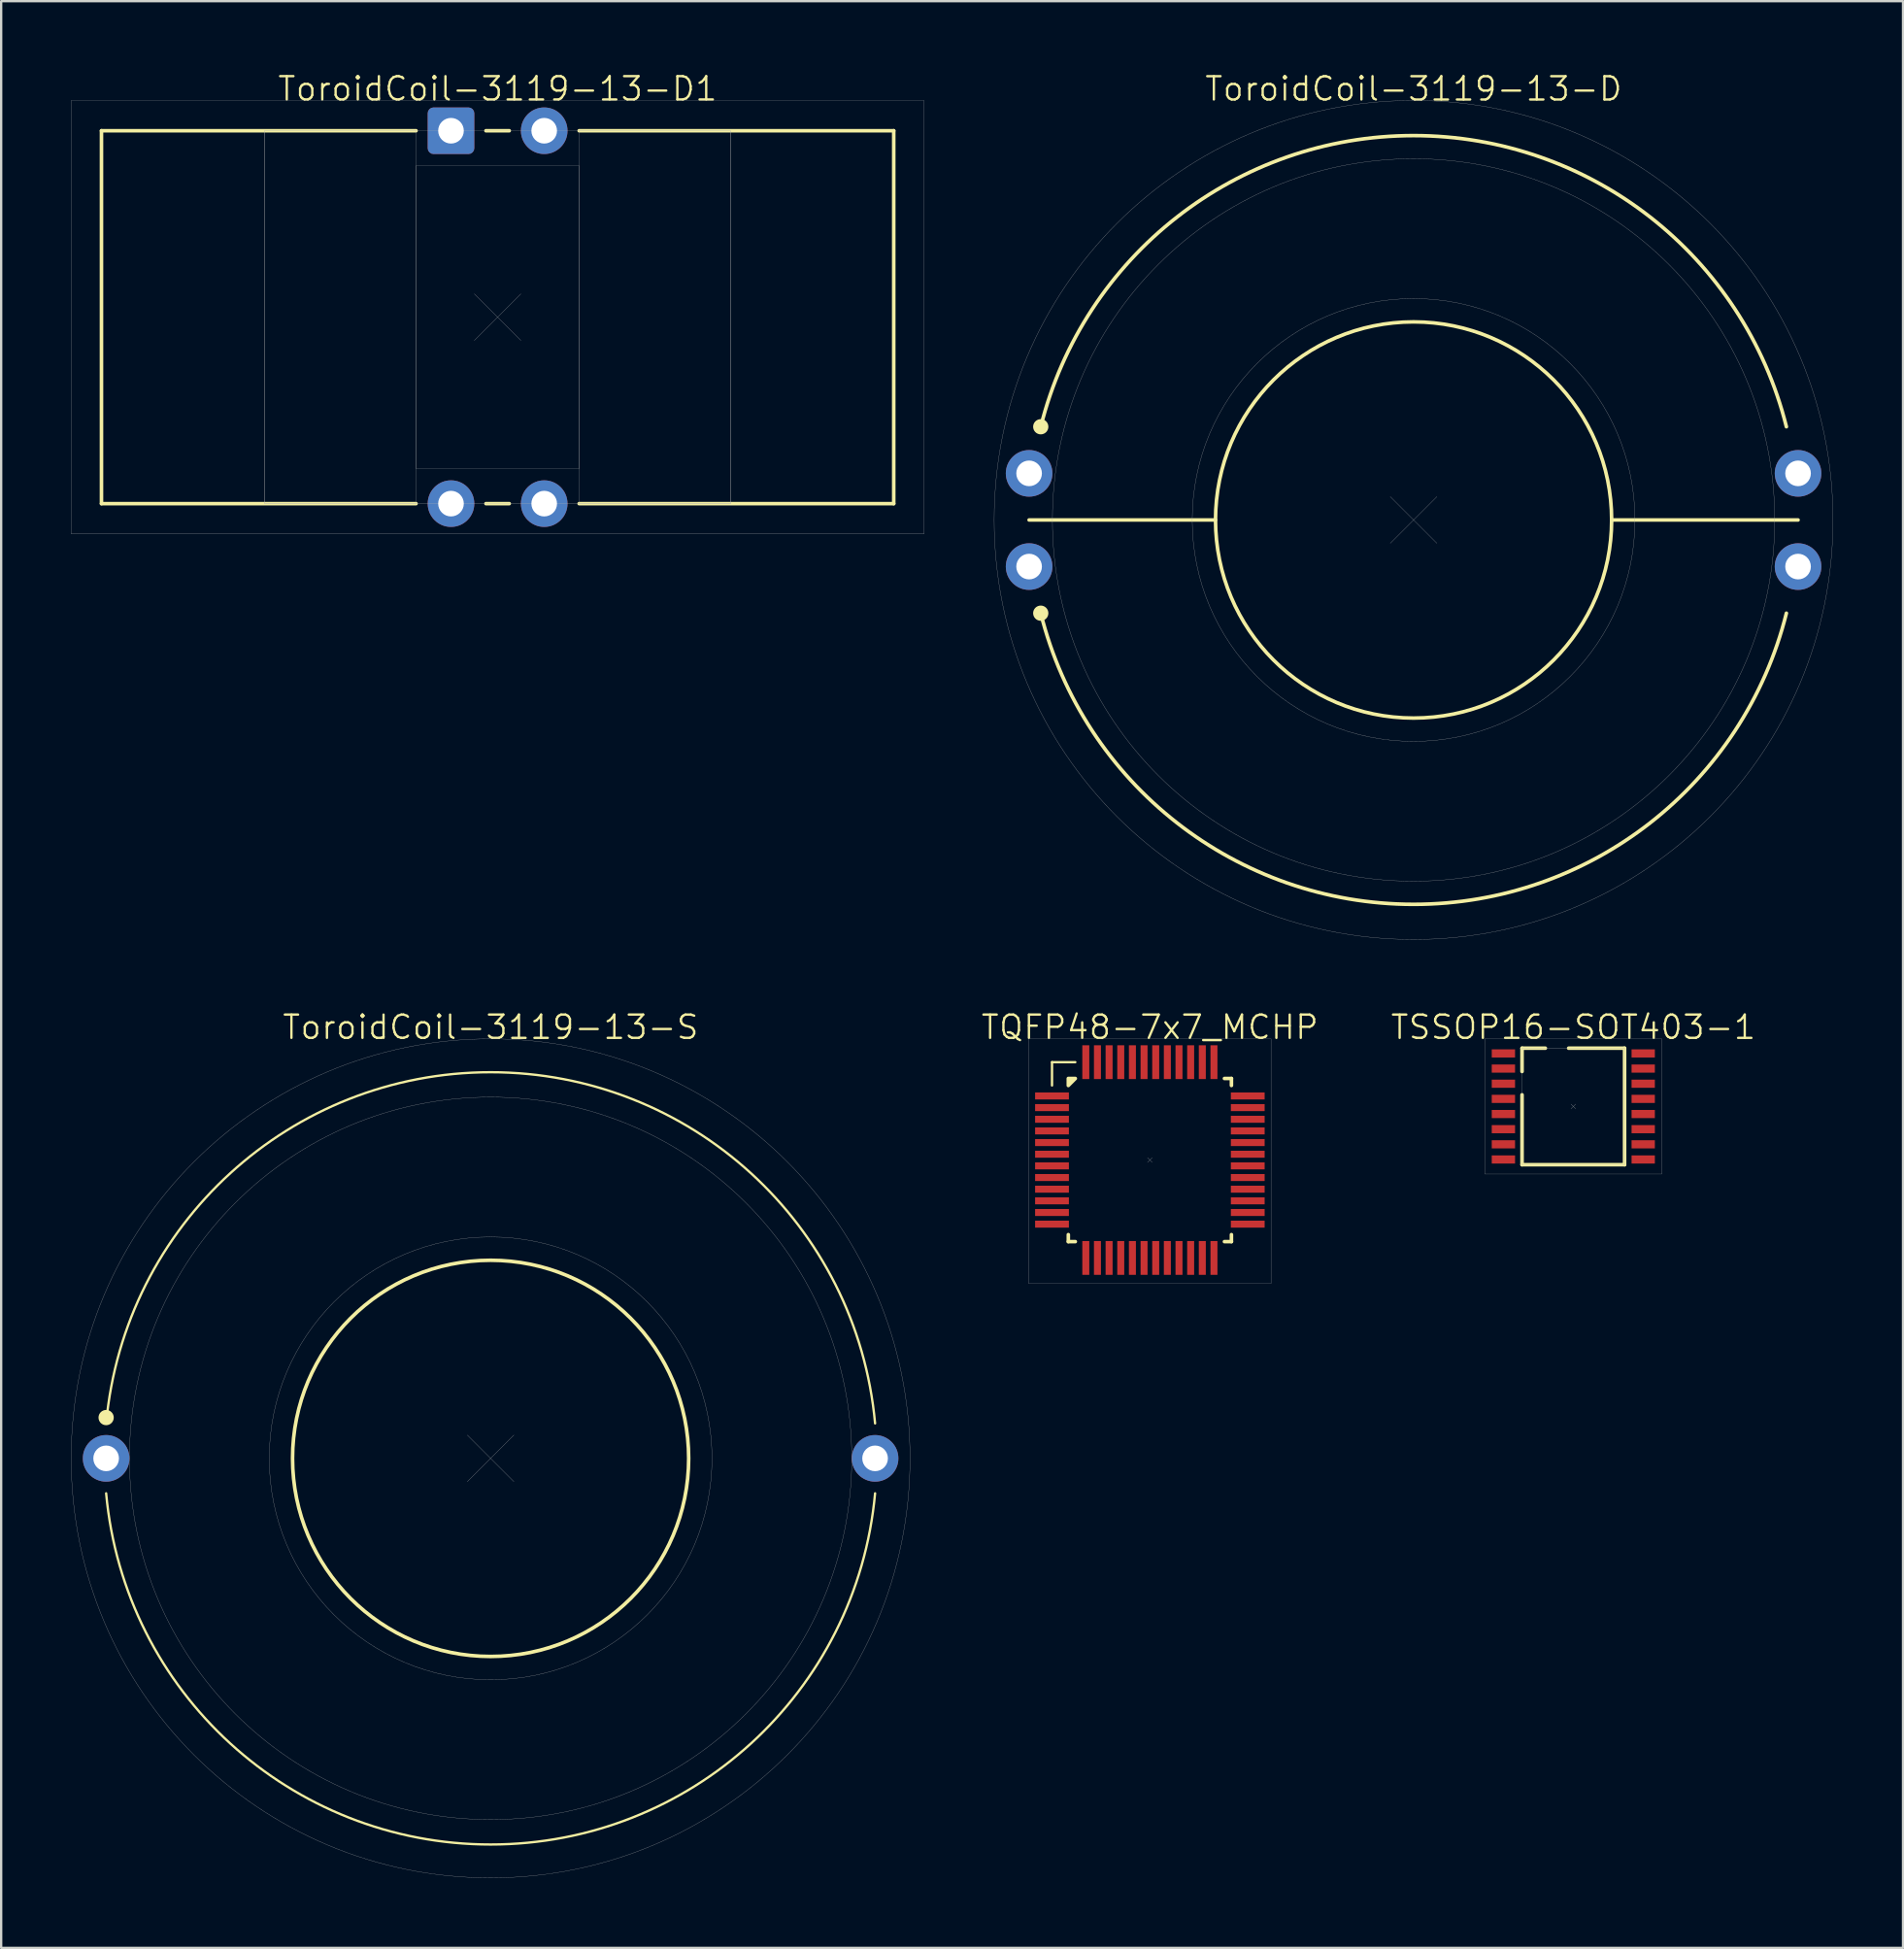
<source format=kicad_pcb>
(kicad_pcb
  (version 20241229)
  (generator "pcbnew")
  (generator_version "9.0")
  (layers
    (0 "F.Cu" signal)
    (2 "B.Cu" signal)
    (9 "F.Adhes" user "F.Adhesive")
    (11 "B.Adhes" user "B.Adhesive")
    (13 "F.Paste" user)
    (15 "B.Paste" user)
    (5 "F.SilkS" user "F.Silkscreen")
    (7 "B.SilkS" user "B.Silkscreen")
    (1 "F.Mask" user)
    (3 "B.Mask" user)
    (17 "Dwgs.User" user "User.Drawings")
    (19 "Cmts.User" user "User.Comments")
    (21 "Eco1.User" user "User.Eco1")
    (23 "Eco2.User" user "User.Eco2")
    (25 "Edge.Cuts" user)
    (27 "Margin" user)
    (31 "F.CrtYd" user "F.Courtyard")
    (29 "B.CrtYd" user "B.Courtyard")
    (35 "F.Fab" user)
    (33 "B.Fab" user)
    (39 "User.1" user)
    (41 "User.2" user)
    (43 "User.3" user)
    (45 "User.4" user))
  (footprint "TQFP48-7x7_MCHP"
    (layer "F.Cu")
    (at 46.298 46.726)
    (property "Reference" "TQFP48-7x7_MCHP" (at 0 -5.7 0) (unlocked yes) (layer "F.SilkS") (effects (font (size 1 1) (thickness 0.1))))
    (attr smd)
    (fp_line (start -4.2 -4.2) (end -3.2 -4.2) (stroke (width 0.1) (type default)) (layer "F.SilkS"))
    (fp_line (start -4.2 -3.2) (end -4.2 -4.2) (stroke (width 0.1) (type default)) (layer "F.SilkS"))
    (fp_line (start -3.5 3.2) (end -3.5 3.5) (stroke (width 0.154) (type default)) (layer "F.SilkS"))
    (fp_line (start -3.5 3.5) (end -3.2 3.5) (stroke (width 0.154) (type default)) (layer "F.SilkS"))
    (fp_line (start 3.2 -3.5) (end 3.5 -3.5) (stroke (width 0.154) (type default)) (layer "F.SilkS"))
    (fp_line (start 3.2 3.5) (end 3.5 3.5) (stroke (width 0.154) (type default)) (layer "F.SilkS"))
    (fp_line (start 3.5 -3.5) (end 3.5 -3.2) (stroke (width 0.154) (type default)) (layer "F.SilkS"))
    (fp_line (start 3.5 3.5) (end 3.5 3.2) (stroke (width 0.154) (type default)) (layer "F.SilkS"))
    (fp_poly (pts (xy -3.5 -3.5) (xy -3.5 -3.2) (xy -3.2 -3.5)) (stroke (width 0.154) (type solid)) (fill yes) (layer "F.SilkS"))
    (fp_line (start 0.1 -0.1) (end -0.1 0.1) (stroke (width 0.01) (type default)) (layer "F.Fab"))
    (fp_line (start 0.1 0.1) (end -0.1 -0.1) (stroke (width 0.01) (type default)) (layer "F.Fab"))
    (fp_rect (start -5.2 -5.2) (end 5.2 5.3) (stroke (width 0.01) (type default)) (fill no) (layer "F.Fab"))
    (pad "1" smd rect (at -4.2 -2.75 90) (size 0.3 1.45) (layers "F.Cu" "F.Mask" "F.Paste"))
    (pad "2" smd rect (at -4.2 -2.25 90) (size 0.3 1.45) (layers "F.Cu" "F.Mask" "F.Paste"))
    (pad "3" smd rect (at -4.2 -1.75 90) (size 0.3 1.45) (layers "F.Cu" "F.Mask" "F.Paste"))
    (pad "4" smd rect (at -4.2 -1.25 90) (size 0.3 1.45) (layers "F.Cu" "F.Mask" "F.Paste"))
    (pad "5" smd rect (at -4.2 -0.75 90) (size 0.3 1.45) (layers "F.Cu" "F.Mask" "F.Paste"))
    (pad "6" smd rect (at -4.2 -0.25 90) (size 0.3 1.45) (layers "F.Cu" "F.Mask" "F.Paste"))
    (pad "7" smd rect (at -4.2 0.25 90) (size 0.3 1.45) (layers "F.Cu" "F.Mask" "F.Paste"))
    (pad "8" smd rect (at -4.2 0.75 90) (size 0.3 1.45) (layers "F.Cu" "F.Mask" "F.Paste"))
    (pad "9" smd rect (at -4.2 1.25 90) (size 0.3 1.45) (layers "F.Cu" "F.Mask" "F.Paste"))
    (pad "10" smd rect (at -4.2 1.75 90) (size 0.3 1.45) (layers "F.Cu" "F.Mask" "F.Paste"))
    (pad "11" smd rect (at -4.2 2.25 90) (size 0.3 1.45) (layers "F.Cu" "F.Mask" "F.Paste"))
    (pad "12" smd rect (at -4.2 2.75 90) (size 0.3 1.45) (layers "F.Cu" "F.Mask" "F.Paste"))
    (pad "13" smd rect (at -2.75 4.2) (size 0.3 1.45) (layers "F.Cu" "F.Mask" "F.Paste"))
    (pad "14" smd rect (at -2.25 4.2) (size 0.3 1.45) (layers "F.Cu" "F.Mask" "F.Paste"))
    (pad "15" smd rect (at -1.75 4.2) (size 0.3 1.45) (layers "F.Cu" "F.Mask" "F.Paste"))
    (pad "16" smd rect (at -1.25 4.2) (size 0.3 1.45) (layers "F.Cu" "F.Mask" "F.Paste"))
    (pad "17" smd rect (at -0.75 4.2) (size 0.3 1.45) (layers "F.Cu" "F.Mask" "F.Paste"))
    (pad "18" smd rect (at -0.25 4.2) (size 0.3 1.45) (layers "F.Cu" "F.Mask" "F.Paste"))
    (pad "19" smd rect (at 0.25 4.2) (size 0.3 1.45) (layers "F.Cu" "F.Mask" "F.Paste"))
    (pad "20" smd rect (at 0.75 4.2) (size 0.3 1.45) (layers "F.Cu" "F.Mask" "F.Paste"))
    (pad "21" smd rect (at 1.25 4.2) (size 0.3 1.45) (layers "F.Cu" "F.Mask" "F.Paste"))
    (pad "22" smd rect (at 1.75 4.2) (size 0.3 1.45) (layers "F.Cu" "F.Mask" "F.Paste"))
    (pad "23" smd rect (at 2.25 4.2) (size 0.3 1.45) (layers "F.Cu" "F.Mask" "F.Paste"))
    (pad "24" smd rect (at 2.75 4.2) (size 0.3 1.45) (layers "F.Cu" "F.Mask" "F.Paste"))
    (pad "25" smd rect (at 4.2 2.75 90) (size 0.3 1.45) (layers "F.Cu" "F.Mask" "F.Paste"))
    (pad "26" smd rect (at 4.2 2.25 90) (size 0.3 1.45) (layers "F.Cu" "F.Mask" "F.Paste"))
    (pad "27" smd rect (at 4.2 1.75 90) (size 0.3 1.45) (layers "F.Cu" "F.Mask" "F.Paste"))
    (pad "28" smd rect (at 4.2 1.25 90) (size 0.3 1.45) (layers "F.Cu" "F.Mask" "F.Paste"))
    (pad "29" smd rect (at 4.2 0.75 90) (size 0.3 1.45) (layers "F.Cu" "F.Mask" "F.Paste"))
    (pad "30" smd rect (at 4.2 0.25 90) (size 0.3 1.45) (layers "F.Cu" "F.Mask" "F.Paste"))
    (pad "31" smd rect (at 4.2 -0.25 90) (size 0.3 1.45) (layers "F.Cu" "F.Mask" "F.Paste"))
    (pad "32" smd rect (at 4.2 -0.75 90) (size 0.3 1.45) (layers "F.Cu" "F.Mask" "F.Paste"))
    (pad "33" smd rect (at 4.2 -1.25 90) (size 0.3 1.45) (layers "F.Cu" "F.Mask" "F.Paste"))
    (pad "34" smd rect (at 4.2 -1.75 90) (size 0.3 1.45) (layers "F.Cu" "F.Mask" "F.Paste"))
    (pad "35" smd rect (at 4.2 -2.25 90) (size 0.3 1.45) (layers "F.Cu" "F.Mask" "F.Paste"))
    (pad "36" smd rect (at 4.2 -2.75 90) (size 0.3 1.45) (layers "F.Cu" "F.Mask" "F.Paste"))
    (pad "37" smd rect (at 2.75 -4.2) (size 0.3 1.45) (layers "F.Cu" "F.Mask" "F.Paste"))
    (pad "38" smd rect (at 2.25 -4.2) (size 0.3 1.45) (layers "F.Cu" "F.Mask" "F.Paste"))
    (pad "39" smd rect (at 1.75 -4.2) (size 0.3 1.45) (layers "F.Cu" "F.Mask" "F.Paste"))
    (pad "40" smd rect (at 1.25 -4.2) (size 0.3 1.45) (layers "F.Cu" "F.Mask" "F.Paste"))
    (pad "41" smd rect (at 0.75 -4.2) (size 0.3 1.45) (layers "F.Cu" "F.Mask" "F.Paste"))
    (pad "42" smd rect (at 0.25 -4.2) (size 0.3 1.45) (layers "F.Cu" "F.Mask" "F.Paste"))
    (pad "43" smd rect (at -0.25 -4.2) (size 0.3 1.45) (layers "F.Cu" "F.Mask" "F.Paste"))
    (pad "44" smd rect (at -0.75 -4.2) (size 0.3 1.45) (layers "F.Cu" "F.Mask" "F.Paste"))
    (pad "45" smd rect (at -1.25 -4.2) (size 0.3 1.45) (layers "F.Cu" "F.Mask" "F.Paste"))
    (pad "46" smd rect (at -1.75 -4.2) (size 0.3 1.45) (layers "F.Cu" "F.Mask" "F.Paste"))
    (pad "47" smd rect (at -2.25 -4.2) (size 0.3 1.45) (layers "F.Cu" "F.Mask" "F.Paste"))
    (pad "48" smd rect (at -2.75 -4.2) (size 0.3 1.45) (layers "F.Cu" "F.Mask" "F.Paste")))
  (footprint "ToroidCoil-3119-13-D1"
    (layer "F.Cu")
    (at 18.305 10.56)
    (property "Reference" "ToroidCoil-3119-13-D1" (at 0 -9.8 0) (unlocked yes) (layer "F.SilkS") (effects (font (size 1 1) (thickness 0.1))))
    (attr through_hole)
    (fp_line (start -17 -8) (end -17 8) (stroke (width 0.154) (type default)) (layer "F.SilkS"))
    (fp_line (start -17 -8) (end -3.5 -8) (stroke (width 0.154) (type default)) (layer "F.SilkS"))
    (fp_line (start -17 8) (end -3.5 8) (stroke (width 0.154) (type default)) (layer "F.SilkS"))
    (fp_line (start -0.5 -8) (end 0.5 -8) (stroke (width 0.154) (type default)) (layer "F.SilkS"))
    (fp_line (start -0.5 8) (end 0.5 8) (stroke (width 0.154) (type default)) (layer "F.SilkS"))
    (fp_line (start 17 -8) (end 3.5 -8) (stroke (width 0.154) (type default)) (layer "F.SilkS"))
    (fp_line (start 17 8) (end 3.5 8) (stroke (width 0.154) (type default)) (layer "F.SilkS"))
    (fp_line (start 17 8) (end 17 -8) (stroke (width 0.154) (type default)) (layer "F.SilkS"))
    (fp_line (start -1 -1) (end 1 1) (stroke (width 0.01) (type default)) (layer "F.Fab"))
    (fp_line (start -1 1) (end 1 -1) (stroke (width 0.01) (type default)) (layer "F.Fab"))
    (fp_rect (start -18.3 -9.3) (end 18.3 9.3) (stroke (width 0.01) (type default)) (fill no) (layer "F.Fab"))
    (fp_rect (start -10 -8) (end -3.5 8) (stroke (width 0.01) (type solid)) (fill no) (layer "F.Fab"))
    (fp_rect (start -10 -8) (end 10 8) (stroke (width 0.01) (type default)) (fill no) (layer "F.Fab"))
    (fp_rect (start -3.5 -6.5) (end 3.5 6.5) (stroke (width 0.01) (type solid)) (fill no) (layer "F.Fab"))
    (fp_rect (start 3.5 -8) (end 10 8) (stroke (width 0.01) (type solid)) (fill no) (layer "F.Fab"))
    (pad "1" thru_hole roundrect (at -2 -8) (size 2 2) (drill 1.1) (layers "*.Cu" "*.Mask") (roundrect_rratio 0.125))
    (pad "2" thru_hole circle (at -2 8) (size 2 2) (drill 1.1) (layers "*.Cu" "*.Mask"))
    (pad "3" thru_hole circle (at 2 -8) (size 2 2) (drill 1.1) (layers "*.Cu" "*.Mask"))
    (pad "4" thru_hole circle (at 2 8) (size 2 2) (drill 1.1) (layers "*.Cu" "*.Mask")))
  (footprint "ToroidCoil-3119-13-D"
    (layer "F.Cu")
    (at 57.615 19.261)
    (property "Reference" "ToroidCoil-3119-13-D" (at 0 -18.5 0) (unlocked yes) (layer "F.SilkS") (effects (font (size 1 1) (thickness 0.1))))
    (attr through_hole)
    (fp_line (start -16.5 0) (end -8.5 0) (stroke (width 0.154) (type default)) (layer "F.SilkS"))
    (fp_line (start 8.5 0) (end 16.5 0) (stroke (width 0.154) (type default)) (layer "F.SilkS"))
    (fp_arc (start -16 -4) (mid 0 -16.492423) (end 16 -4) (stroke (width 0.154) (type default)) (layer "F.SilkS"))
    (fp_arc (start 16 4) (mid 0 16.492423) (end -16 4) (stroke (width 0.154) (type default)) (layer "F.SilkS"))
    (fp_circle (center -16 -4) (end -15.75 -4) (stroke (width 0.154) (type solid)) (fill yes) (layer "F.SilkS"))
    (fp_circle (center -16 4) (end -15.75 4) (stroke (width 0.154) (type solid)) (fill yes) (layer "F.SilkS"))
    (fp_circle (center 0 0) (end 8.5 0) (stroke (width 0.154) (type default)) (fill no) (layer "F.SilkS"))
    (fp_line (start -1 -1) (end 1 1) (stroke (width 0.01) (type default)) (layer "F.Fab"))
    (fp_line (start -1 1) (end 1 -1) (stroke (width 0.01) (type default)) (layer "F.Fab"))
    (fp_circle (center 0 0) (end 9.5 0) (stroke (width 0.01) (type default)) (fill no) (layer "F.Fab"))
    (fp_circle (center 0 0) (end 15.5 0) (stroke (width 0.01) (type default)) (fill no) (layer "F.Fab"))
    (fp_circle (center 0 0) (end 18 0) (stroke (width 0.01) (type default)) (fill no) (layer "F.Fab"))
    (pad "1" thru_hole circle (at -16.5 -2) (size 2 2) (drill 1.1) (layers "*.Cu" "*.Mask"))
    (pad "2" thru_hole circle (at 16.5 -2) (size 2 2) (drill 1.1) (layers "*.Cu" "*.Mask"))
    (pad "3" thru_hole circle (at -16.5 2) (size 2 2) (drill 1.1) (layers "*.Cu" "*.Mask"))
    (pad "4" thru_hole circle (at 16.5 2) (size 2 2) (drill 1.1) (layers "*.Cu" "*.Mask")))
  (footprint "TSSOP16-SOT403-1"
    (layer "F.Cu")
    (at 64.47 44.426)
    (property "Reference" "TSSOP16-SOT403-1" (at 0 -3.4 0) (unlocked yes) (layer "F.SilkS") (effects (font (size 1 1) (thickness 0.1))))
    (attr smd)
    (fp_line (start -2.2 -2.5) (end -2.2 -1.5) (stroke (width 0.154) (type default)) (layer "F.SilkS"))
    (fp_line (start -2.2 -2.5) (end -1.2 -2.5) (stroke (width 0.154) (type default)) (layer "F.SilkS"))
    (fp_line (start -2.2 2.5) (end -2.2 -0.5) (stroke (width 0.154) (type default)) (layer "F.SilkS"))
    (fp_line (start -2.2 2.5) (end 2.2 2.5) (stroke (width 0.154) (type default)) (layer "F.SilkS"))
    (fp_line (start 2.2 -2.5) (end -0.2 -2.5) (stroke (width 0.154) (type default)) (layer "F.SilkS"))
    (fp_line (start 2.2 -2.5) (end 2.2 2.5) (stroke (width 0.154) (type default)) (layer "F.SilkS"))
    (fp_line (start 0.1 -0.1) (end -0.1 0.1) (stroke (width 0.01) (type default)) (layer "F.Fab"))
    (fp_line (start 0.1 0.1) (end -0.1 -0.1) (stroke (width 0.01) (type default)) (layer "F.Fab"))
    (fp_rect (start -3.8 -2.9) (end 3.8 2.9) (stroke (width 0.01) (type default)) (fill no) (layer "F.Fab"))
    (fp_rect (start -2.2 -2.5) (end 2.2 2.5) (stroke (width 0.01) (type default)) (fill no) (layer "F.Fab"))
    (pad "1" smd rect (at -3 -2.275) (size 1 0.35) (layers "F.Cu" "F.Mask" "F.Paste"))
    (pad "2" smd rect (at -3 -1.625) (size 1 0.35) (layers "F.Cu" "F.Mask" "F.Paste"))
    (pad "3" smd rect (at -3 -0.975) (size 1 0.35) (layers "F.Cu" "F.Mask" "F.Paste"))
    (pad "4" smd rect (at -3 -0.325) (size 1 0.35) (layers "F.Cu" "F.Mask" "F.Paste"))
    (pad "5" smd rect (at -3 0.325) (size 1 0.35) (layers "F.Cu" "F.Mask" "F.Paste"))
    (pad "6" smd rect (at -3 0.975) (size 1 0.35) (layers "F.Cu" "F.Mask" "F.Paste"))
    (pad "7" smd rect (at -3 1.625) (size 1 0.35) (layers "F.Cu" "F.Mask" "F.Paste"))
    (pad "8" smd rect (at -3 2.275) (size 1 0.35) (layers "F.Cu" "F.Mask" "F.Paste"))
    (pad "9" smd rect (at 3 2.275) (size 1 0.35) (layers "F.Cu" "F.Mask" "F.Paste"))
    (pad "10" smd rect (at 3 1.625) (size 1 0.35) (layers "F.Cu" "F.Mask" "F.Paste"))
    (pad "11" smd rect (at 3 0.975) (size 1 0.35) (layers "F.Cu" "F.Mask" "F.Paste"))
    (pad "12" smd rect (at 3 0.325) (size 1 0.35) (layers "F.Cu" "F.Mask" "F.Paste"))
    (pad "13" smd rect (at 3 -0.325) (size 1 0.35) (layers "F.Cu" "F.Mask" "F.Paste"))
    (pad "14" smd rect (at 3 -0.975) (size 1 0.35) (layers "F.Cu" "F.Mask" "F.Paste"))
    (pad "15" smd rect (at 3 -1.625) (size 1 0.35) (layers "F.Cu" "F.Mask" "F.Paste"))
    (pad "16" smd rect (at 3 -2.275) (size 1 0.35) (layers "F.Cu" "F.Mask" "F.Paste")))
  (footprint "ToroidCoil-3119-13-S"
    (layer "F.Cu")
    (at 18.005 59.526)
    (property "Reference" "ToroidCoil-3119-13-S" (at 0 -18.5 0) (unlocked yes) (layer "F.SilkS") (effects (font (size 1 1) (thickness 0.1))))
    (attr through_hole)
    (fp_arc (start -16.499999 -1.5) (mid 0 -16.568041) (end 16.499999 -1.5) (stroke (width 0.1) (type default)) (layer "F.SilkS"))
    (fp_arc (start 16.499998 1.5) (mid -0.000001 16.568041) (end -16.5 1.5) (stroke (width 0.1) (type default)) (layer "F.SilkS"))
    (fp_circle (center -16.5 -1.75) (end -16.25 -1.75) (stroke (width 0.154) (type solid)) (fill yes) (layer "F.SilkS"))
    (fp_circle (center 0 0) (end 8.5 0) (stroke (width 0.154) (type default)) (fill no) (layer "F.SilkS"))
    (fp_line (start -1 -1) (end 1 1) (stroke (width 0.01) (type default)) (layer "F.Fab"))
    (fp_line (start -1 1) (end 1 -1) (stroke (width 0.01) (type default)) (layer "F.Fab"))
    (fp_circle (center 0 0) (end 9.5 0) (stroke (width 0.01) (type default)) (fill no) (layer "F.Fab"))
    (fp_circle (center 0 0) (end 15.5 0) (stroke (width 0.01) (type default)) (fill no) (layer "F.Fab"))
    (fp_circle (center 0 0) (end 18 0) (stroke (width 0.01) (type default)) (fill no) (layer "F.Fab"))
    (pad "1" thru_hole circle (at -16.5 0) (size 2 2) (drill 1.1) (layers "*.Cu" "*.Mask"))
    (pad "2" thru_hole circle (at 16.5 0) (size 2 2) (drill 1.1) (layers "*.Cu" "*.Mask")))
  (gr_rect
    (start -3 -3)
    (end 78.62 80.531)
    (stroke (width 0.1) (type default))
    (fill no)
    (layer "Edge.Cuts")))
</source>
